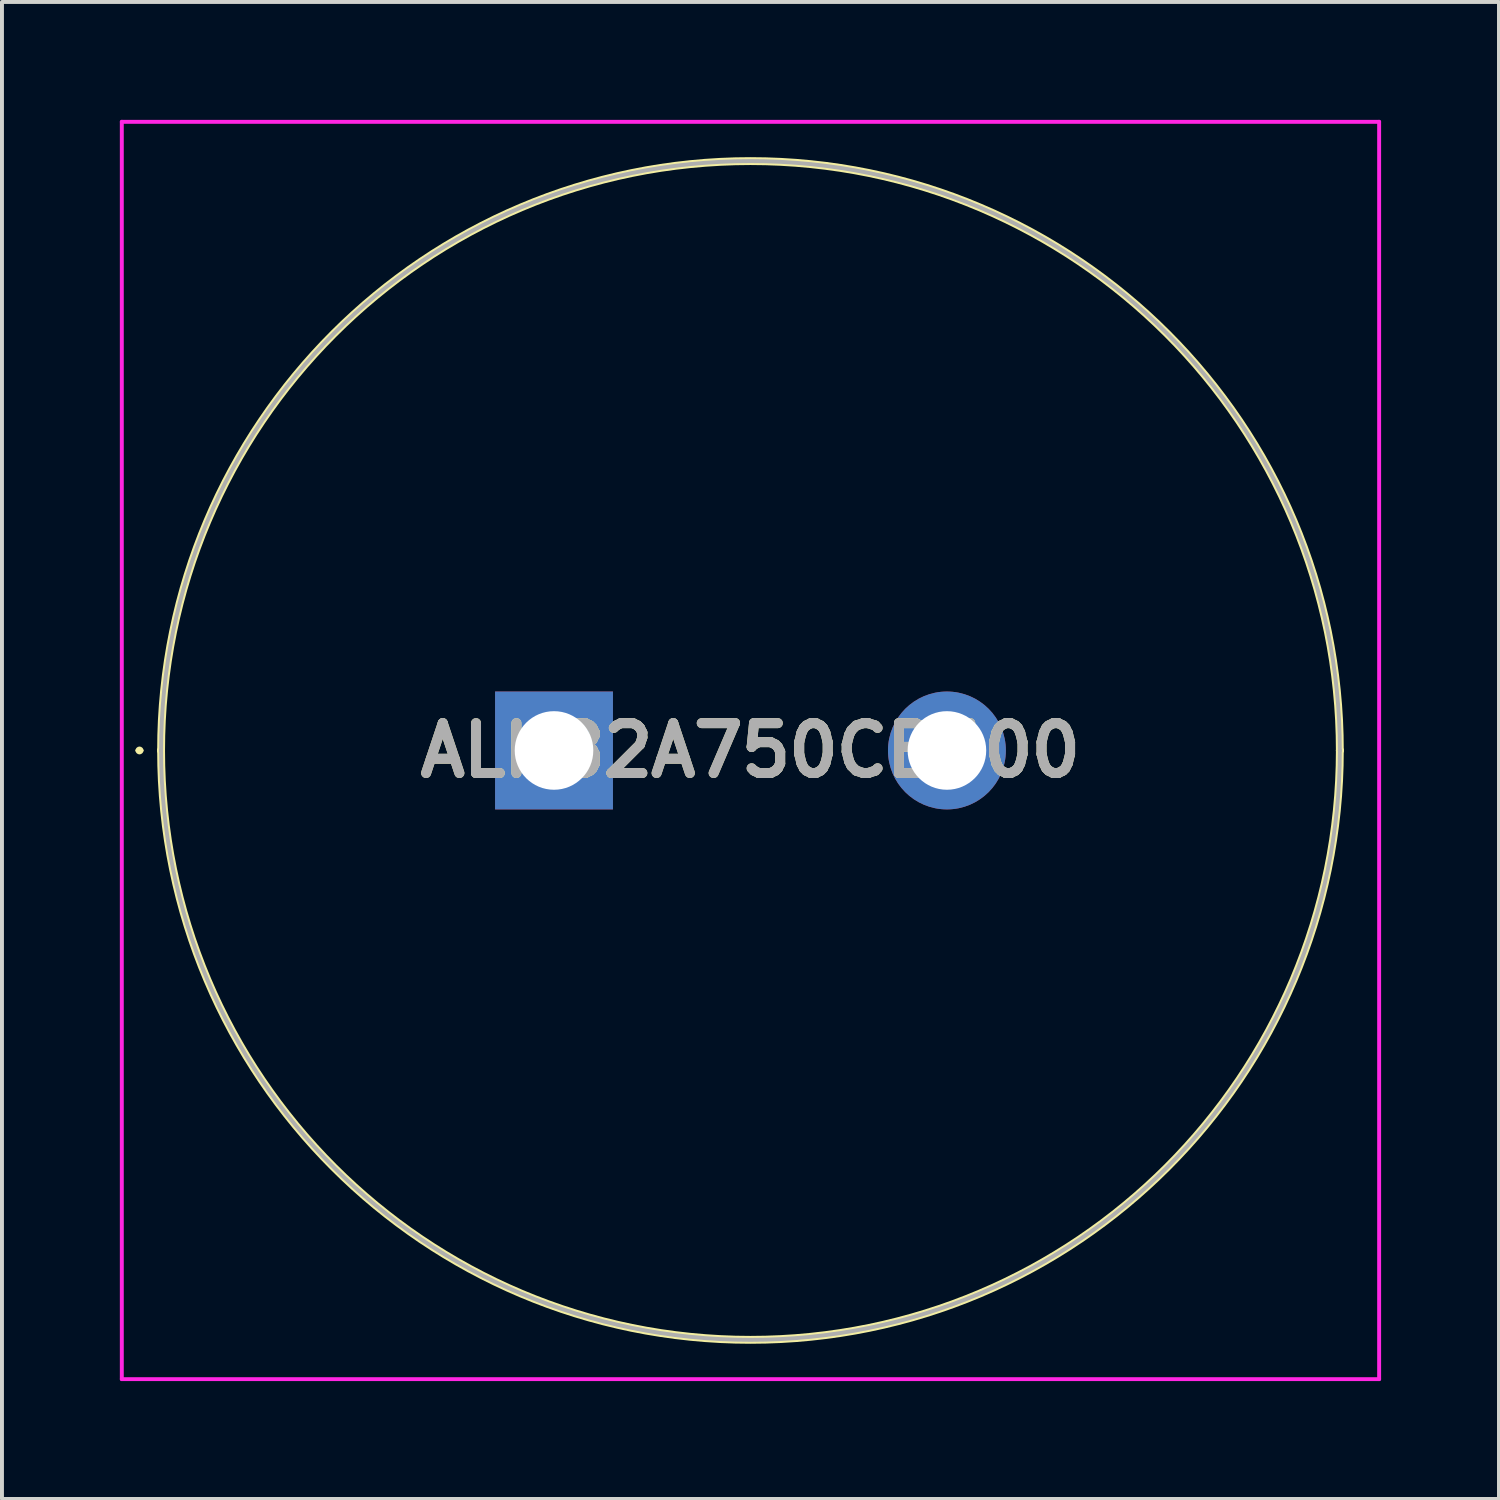
<source format=kicad_pcb>
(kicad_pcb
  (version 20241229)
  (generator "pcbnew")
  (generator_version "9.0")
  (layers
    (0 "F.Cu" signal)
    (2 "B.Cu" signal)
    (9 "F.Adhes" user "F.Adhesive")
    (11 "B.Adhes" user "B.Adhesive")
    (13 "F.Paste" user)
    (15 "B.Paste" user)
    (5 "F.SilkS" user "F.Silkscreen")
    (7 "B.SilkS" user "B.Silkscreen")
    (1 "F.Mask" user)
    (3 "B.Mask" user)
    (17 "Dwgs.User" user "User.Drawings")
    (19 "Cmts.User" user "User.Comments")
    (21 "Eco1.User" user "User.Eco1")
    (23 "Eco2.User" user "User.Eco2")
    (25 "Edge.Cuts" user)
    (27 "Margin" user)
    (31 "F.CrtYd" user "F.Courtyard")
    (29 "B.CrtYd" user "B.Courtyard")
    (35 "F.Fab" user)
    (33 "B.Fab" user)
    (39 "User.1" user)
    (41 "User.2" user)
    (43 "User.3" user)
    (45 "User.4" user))
  (footprint "ALH82A750CB600"
    (layer "F.Cu")
    (at 11.05 16.05)
    (property "Reference" "ALH82A750CB600" (at 5 0 0) (layer "F.SilkS") (effects (font (size 1.27 1.27) (thickness 0.254))))
    (attr through_hole)
    (fp_line (start -10.6 0) (end -10.6 0) (stroke (width 0.1) (type solid)) (layer "F.SilkS"))
    (fp_line (start -10.5 0) (end -10.5 0) (stroke (width 0.1) (type solid)) (layer "F.SilkS"))
    (fp_line (start -10 0) (end -10 0) (stroke (width 0.2) (type solid)) (layer "F.SilkS"))
    (fp_line (start 20 0) (end 20 0) (stroke (width 0.2) (type solid)) (layer "F.SilkS"))
    (fp_arc (start -10.6 0) (mid -10.55 -0.05) (end -10.5 0) (stroke (width 0.1) (type solid)) (layer "F.SilkS"))
    (fp_arc (start -10.5 0) (mid -10.55 0.05) (end -10.6 0) (stroke (width 0.1) (type solid)) (layer "F.SilkS"))
    (fp_arc (start -10 0) (mid 5 -15) (end 20 0) (stroke (width 0.2) (type solid)) (layer "F.SilkS"))
    (fp_arc (start 20 0) (mid 5 15) (end -10 0) (stroke (width 0.2) (type solid)) (layer "F.SilkS"))
    (fp_line (start -11 -16) (end 21 -16) (stroke (width 0.1) (type solid)) (layer "F.CrtYd"))
    (fp_line (start -11 16) (end -11 -16) (stroke (width 0.1) (type solid)) (layer "F.CrtYd"))
    (fp_line (start 21 -16) (end 21 16) (stroke (width 0.1) (type solid)) (layer "F.CrtYd"))
    (fp_line (start 21 16) (end -11 16) (stroke (width 0.1) (type solid)) (layer "F.CrtYd"))
    (fp_line (start -10 0) (end -10 0) (stroke (width 0.1) (type solid)) (layer "F.Fab"))
    (fp_line (start 20 0) (end 20 0) (stroke (width 0.1) (type solid)) (layer "F.Fab"))
    (fp_arc (start -10 0) (mid 5 -15) (end 20 0) (stroke (width 0.1) (type solid)) (layer "F.Fab"))
    (fp_arc (start 20 0) (mid 5 15) (end -10 0) (stroke (width 0.1) (type solid)) (layer "F.Fab"))
    (fp_text user "${REFERENCE}" (at 5 0 0) (layer "F.Fab") (effects (font (size 1.27 1.27) (thickness 0.254))))
    (pad "1" thru_hole rect (at 0 0) (size 3 3) (drill 2) (layers "*.Cu" "*.Mask"))
    (pad "2" thru_hole circle (at 10 0) (size 3 3) (drill 2) (layers "*.Cu" "*.Mask")))
  (gr_rect
    (start -3 -3)
    (end 35.1 35.1)
    (stroke (width 0.1) (type default))
    (fill no)
    (layer "Edge.Cuts")))
</source>
